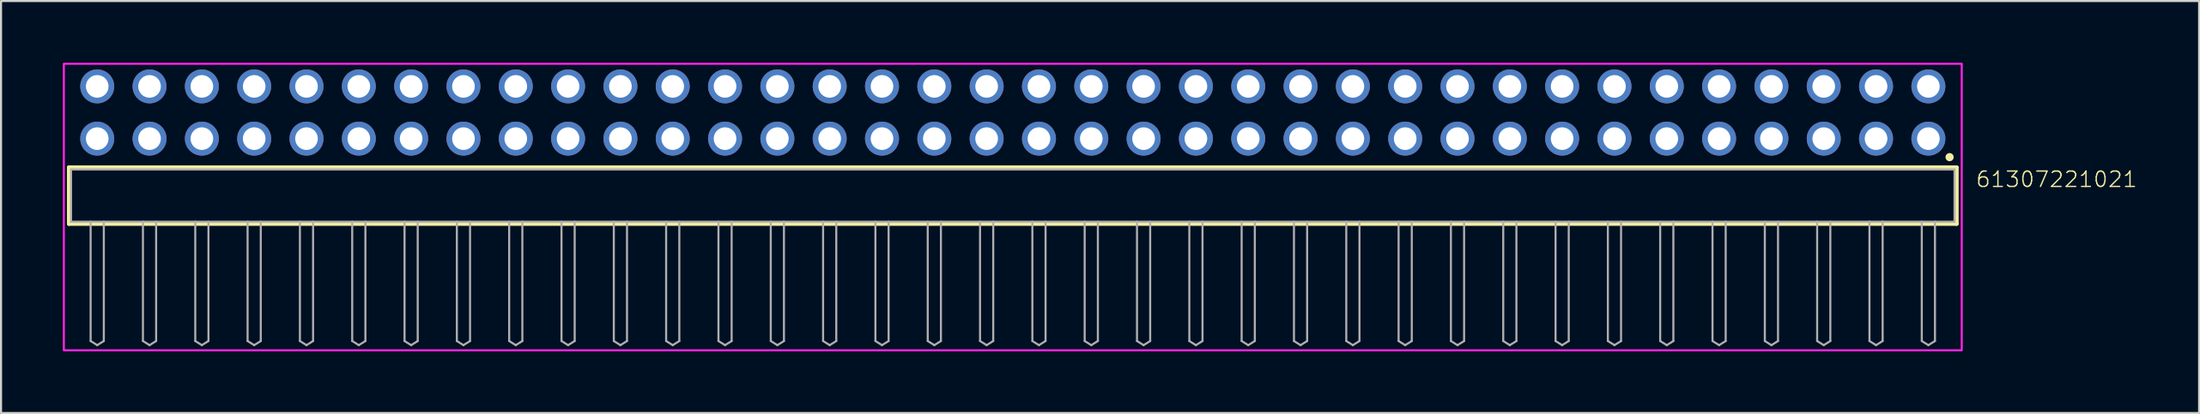
<source format=kicad_pcb>
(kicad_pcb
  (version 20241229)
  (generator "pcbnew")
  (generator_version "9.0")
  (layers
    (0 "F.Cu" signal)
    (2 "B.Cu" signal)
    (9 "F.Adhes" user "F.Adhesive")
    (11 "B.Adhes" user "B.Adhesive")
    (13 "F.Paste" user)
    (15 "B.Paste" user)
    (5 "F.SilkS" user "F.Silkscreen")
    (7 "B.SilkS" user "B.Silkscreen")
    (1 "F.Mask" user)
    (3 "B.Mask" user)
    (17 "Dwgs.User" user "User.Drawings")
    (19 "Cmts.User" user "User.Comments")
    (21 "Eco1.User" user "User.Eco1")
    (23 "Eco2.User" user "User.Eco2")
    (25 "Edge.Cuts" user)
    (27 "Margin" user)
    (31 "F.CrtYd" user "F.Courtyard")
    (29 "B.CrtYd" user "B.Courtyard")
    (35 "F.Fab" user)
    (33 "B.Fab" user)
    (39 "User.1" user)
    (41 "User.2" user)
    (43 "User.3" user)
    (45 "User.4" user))
  (footprint "61307221021"
    (layer "F.Cu")
    (at 46.12 6.46)
    (property "Reference" "61307221021" (at 46.715 -0.352 0) (unlocked yes) (layer "F.SilkS") (effects (font (size 0.748 0.748) (thickness 0.065)) (justify left bottom)))
    (fp_line (start -45.82 -1.37) (end 45.82 -1.37) (stroke (width 0.2) (type solid)) (layer "F.SilkS"))
    (fp_line (start -45.82 1.37) (end -45.82 -1.37) (stroke (width 0.2) (type solid)) (layer "F.SilkS"))
    (fp_line (start 45.82 -1.37) (end 45.82 1.37) (stroke (width 0.2) (type solid)) (layer "F.SilkS"))
    (fp_line (start 45.82 1.37) (end -45.82 1.37) (stroke (width 0.2) (type solid)) (layer "F.SilkS"))
    (fp_circle (center 45.48 -1.87) (end 45.58 -1.87) (stroke (width 0.2) (type solid)) (fill no) (layer "F.SilkS"))
    (fp_poly (pts (xy 46.07 7.52) (xy -46.07 7.52) (xy -46.07 -6.41) (xy 46.07 -6.41)) (stroke (width 0.1) (type default)) (fill no) (layer "F.CrtYd"))
    (fp_line (start -45.72 -1.27) (end 45.72 -1.27) (stroke (width 0.1) (type solid)) (layer "F.Fab"))
    (fp_line (start -45.72 1.27) (end -45.72 -1.27) (stroke (width 0.1) (type solid)) (layer "F.Fab"))
    (fp_line (start -44.77 1.27) (end -44.77 7.07) (stroke (width 0.1) (type solid)) (layer "F.Fab"))
    (fp_line (start -44.77 7.07) (end -44.45 7.27) (stroke (width 0.1) (type solid)) (layer "F.Fab"))
    (fp_line (start -44.45 7.27) (end -44.13 7.07) (stroke (width 0.1) (type solid)) (layer "F.Fab"))
    (fp_line (start -44.13 1.27) (end -44.13 7.07) (stroke (width 0.1) (type solid)) (layer "F.Fab"))
    (fp_line (start -42.23 1.27) (end -42.23 7.07) (stroke (width 0.1) (type solid)) (layer "F.Fab"))
    (fp_line (start -42.23 7.07) (end -41.91 7.27) (stroke (width 0.1) (type solid)) (layer "F.Fab"))
    (fp_line (start -41.91 7.27) (end -41.59 7.07) (stroke (width 0.1) (type solid)) (layer "F.Fab"))
    (fp_line (start -41.59 1.27) (end -41.59 7.07) (stroke (width 0.1) (type solid)) (layer "F.Fab"))
    (fp_line (start -39.69 1.27) (end -39.69 7.07) (stroke (width 0.1) (type solid)) (layer "F.Fab"))
    (fp_line (start -39.69 7.07) (end -39.37 7.27) (stroke (width 0.1) (type solid)) (layer "F.Fab"))
    (fp_line (start -39.37 7.27) (end -39.05 7.07) (stroke (width 0.1) (type solid)) (layer "F.Fab"))
    (fp_line (start -39.05 1.27) (end -39.05 7.07) (stroke (width 0.1) (type solid)) (layer "F.Fab"))
    (fp_line (start -37.15 1.27) (end -37.15 7.07) (stroke (width 0.1) (type solid)) (layer "F.Fab"))
    (fp_line (start -37.15 7.07) (end -36.83 7.27) (stroke (width 0.1) (type solid)) (layer "F.Fab"))
    (fp_line (start -36.83 7.27) (end -36.51 7.07) (stroke (width 0.1) (type solid)) (layer "F.Fab"))
    (fp_line (start -36.51 1.27) (end -36.51 7.07) (stroke (width 0.1) (type solid)) (layer "F.Fab"))
    (fp_line (start -34.61 1.27) (end -34.61 7.07) (stroke (width 0.1) (type solid)) (layer "F.Fab"))
    (fp_line (start -34.61 7.07) (end -34.29 7.27) (stroke (width 0.1) (type solid)) (layer "F.Fab"))
    (fp_line (start -34.29 7.27) (end -33.97 7.07) (stroke (width 0.1) (type solid)) (layer "F.Fab"))
    (fp_line (start -33.97 1.27) (end -33.97 7.07) (stroke (width 0.1) (type solid)) (layer "F.Fab"))
    (fp_line (start -32.07 1.27) (end -32.07 7.07) (stroke (width 0.1) (type solid)) (layer "F.Fab"))
    (fp_line (start -32.07 7.07) (end -31.75 7.27) (stroke (width 0.1) (type solid)) (layer "F.Fab"))
    (fp_line (start -31.75 7.27) (end -31.43 7.07) (stroke (width 0.1) (type solid)) (layer "F.Fab"))
    (fp_line (start -31.43 1.27) (end -31.43 7.07) (stroke (width 0.1) (type solid)) (layer "F.Fab"))
    (fp_line (start -29.53 1.27) (end -29.53 7.07) (stroke (width 0.1) (type solid)) (layer "F.Fab"))
    (fp_line (start -29.53 7.07) (end -29.21 7.27) (stroke (width 0.1) (type solid)) (layer "F.Fab"))
    (fp_line (start -29.21 7.27) (end -28.89 7.07) (stroke (width 0.1) (type solid)) (layer "F.Fab"))
    (fp_line (start -28.89 1.27) (end -28.89 7.07) (stroke (width 0.1) (type solid)) (layer "F.Fab"))
    (fp_line (start -26.99 1.27) (end -26.99 7.07) (stroke (width 0.1) (type solid)) (layer "F.Fab"))
    (fp_line (start -26.99 7.07) (end -26.67 7.27) (stroke (width 0.1) (type solid)) (layer "F.Fab"))
    (fp_line (start -26.67 7.27) (end -26.35 7.07) (stroke (width 0.1) (type solid)) (layer "F.Fab"))
    (fp_line (start -26.35 1.27) (end -26.35 7.07) (stroke (width 0.1) (type solid)) (layer "F.Fab"))
    (fp_line (start -24.45 1.27) (end -24.45 7.07) (stroke (width 0.1) (type solid)) (layer "F.Fab"))
    (fp_line (start -24.45 7.07) (end -24.13 7.27) (stroke (width 0.1) (type solid)) (layer "F.Fab"))
    (fp_line (start -24.13 7.27) (end -23.81 7.07) (stroke (width 0.1) (type solid)) (layer "F.Fab"))
    (fp_line (start -23.81 1.27) (end -23.81 7.07) (stroke (width 0.1) (type solid)) (layer "F.Fab"))
    (fp_line (start -21.91 1.27) (end -21.91 7.07) (stroke (width 0.1) (type solid)) (layer "F.Fab"))
    (fp_line (start -21.91 7.07) (end -21.59 7.27) (stroke (width 0.1) (type solid)) (layer "F.Fab"))
    (fp_line (start -21.59 7.27) (end -21.27 7.07) (stroke (width 0.1) (type solid)) (layer "F.Fab"))
    (fp_line (start -21.27 1.27) (end -21.27 7.07) (stroke (width 0.1) (type solid)) (layer "F.Fab"))
    (fp_line (start -19.37 1.27) (end -19.37 7.07) (stroke (width 0.1) (type solid)) (layer "F.Fab"))
    (fp_line (start -19.37 7.07) (end -19.05 7.27) (stroke (width 0.1) (type solid)) (layer "F.Fab"))
    (fp_line (start -19.05 7.27) (end -18.73 7.07) (stroke (width 0.1) (type solid)) (layer "F.Fab"))
    (fp_line (start -18.73 1.27) (end -18.73 7.07) (stroke (width 0.1) (type solid)) (layer "F.Fab"))
    (fp_line (start -16.83 1.27) (end -16.83 7.07) (stroke (width 0.1) (type solid)) (layer "F.Fab"))
    (fp_line (start -16.83 7.07) (end -16.51 7.27) (stroke (width 0.1) (type solid)) (layer "F.Fab"))
    (fp_line (start -16.51 7.27) (end -16.19 7.07) (stroke (width 0.1) (type solid)) (layer "F.Fab"))
    (fp_line (start -16.19 1.27) (end -16.19 7.07) (stroke (width 0.1) (type solid)) (layer "F.Fab"))
    (fp_line (start -14.29 1.27) (end -14.29 7.07) (stroke (width 0.1) (type solid)) (layer "F.Fab"))
    (fp_line (start -14.29 7.07) (end -13.97 7.27) (stroke (width 0.1) (type solid)) (layer "F.Fab"))
    (fp_line (start -13.97 7.27) (end -13.65 7.07) (stroke (width 0.1) (type solid)) (layer "F.Fab"))
    (fp_line (start -13.65 1.27) (end -13.65 7.07) (stroke (width 0.1) (type solid)) (layer "F.Fab"))
    (fp_line (start -11.75 1.27) (end -11.75 7.07) (stroke (width 0.1) (type solid)) (layer "F.Fab"))
    (fp_line (start -11.75 7.07) (end -11.43 7.27) (stroke (width 0.1) (type solid)) (layer "F.Fab"))
    (fp_line (start -11.43 7.27) (end -11.11 7.07) (stroke (width 0.1) (type solid)) (layer "F.Fab"))
    (fp_line (start -11.11 1.27) (end -11.11 7.07) (stroke (width 0.1) (type solid)) (layer "F.Fab"))
    (fp_line (start -9.21 1.27) (end -9.21 7.07) (stroke (width 0.1) (type solid)) (layer "F.Fab"))
    (fp_line (start -9.21 7.07) (end -8.89 7.27) (stroke (width 0.1) (type solid)) (layer "F.Fab"))
    (fp_line (start -8.89 7.27) (end -8.57 7.07) (stroke (width 0.1) (type solid)) (layer "F.Fab"))
    (fp_line (start -8.57 1.27) (end -8.57 7.07) (stroke (width 0.1) (type solid)) (layer "F.Fab"))
    (fp_line (start -6.67 1.27) (end -6.67 7.07) (stroke (width 0.1) (type solid)) (layer "F.Fab"))
    (fp_line (start -6.67 7.07) (end -6.35 7.27) (stroke (width 0.1) (type solid)) (layer "F.Fab"))
    (fp_line (start -6.35 7.27) (end -6.03 7.07) (stroke (width 0.1) (type solid)) (layer "F.Fab"))
    (fp_line (start -6.03 1.27) (end -6.03 7.07) (stroke (width 0.1) (type solid)) (layer "F.Fab"))
    (fp_line (start -4.13 1.27) (end -4.13 7.07) (stroke (width 0.1) (type solid)) (layer "F.Fab"))
    (fp_line (start -4.13 7.07) (end -3.81 7.27) (stroke (width 0.1) (type solid)) (layer "F.Fab"))
    (fp_line (start -3.81 7.27) (end -3.49 7.07) (stroke (width 0.1) (type solid)) (layer "F.Fab"))
    (fp_line (start -3.49 1.27) (end -3.49 7.07) (stroke (width 0.1) (type solid)) (layer "F.Fab"))
    (fp_line (start -1.59 1.27) (end -1.59 7.07) (stroke (width 0.1) (type solid)) (layer "F.Fab"))
    (fp_line (start -1.59 7.07) (end -1.27 7.27) (stroke (width 0.1) (type solid)) (layer "F.Fab"))
    (fp_line (start -1.27 7.27) (end -0.95 7.07) (stroke (width 0.1) (type solid)) (layer "F.Fab"))
    (fp_line (start -0.95 1.27) (end -0.95 7.07) (stroke (width 0.1) (type solid)) (layer "F.Fab"))
    (fp_line (start 0.95 1.27) (end 0.95 7.07) (stroke (width 0.1) (type solid)) (layer "F.Fab"))
    (fp_line (start 0.95 7.07) (end 1.27 7.27) (stroke (width 0.1) (type solid)) (layer "F.Fab"))
    (fp_line (start 1.27 7.27) (end 1.59 7.07) (stroke (width 0.1) (type solid)) (layer "F.Fab"))
    (fp_line (start 1.59 1.27) (end 1.59 7.07) (stroke (width 0.1) (type solid)) (layer "F.Fab"))
    (fp_line (start 3.49 1.27) (end 3.49 7.07) (stroke (width 0.1) (type solid)) (layer "F.Fab"))
    (fp_line (start 3.49 7.07) (end 3.81 7.27) (stroke (width 0.1) (type solid)) (layer "F.Fab"))
    (fp_line (start 3.81 7.27) (end 4.13 7.07) (stroke (width 0.1) (type solid)) (layer "F.Fab"))
    (fp_line (start 4.13 1.27) (end 4.13 7.07) (stroke (width 0.1) (type solid)) (layer "F.Fab"))
    (fp_line (start 6.03 1.27) (end 6.03 7.07) (stroke (width 0.1) (type solid)) (layer "F.Fab"))
    (fp_line (start 6.03 7.07) (end 6.35 7.27) (stroke (width 0.1) (type solid)) (layer "F.Fab"))
    (fp_line (start 6.35 7.27) (end 6.67 7.07) (stroke (width 0.1) (type solid)) (layer "F.Fab"))
    (fp_line (start 6.67 1.27) (end 6.67 7.07) (stroke (width 0.1) (type solid)) (layer "F.Fab"))
    (fp_line (start 8.57 1.27) (end 8.57 7.07) (stroke (width 0.1) (type solid)) (layer "F.Fab"))
    (fp_line (start 8.57 7.07) (end 8.89 7.27) (stroke (width 0.1) (type solid)) (layer "F.Fab"))
    (fp_line (start 8.89 7.27) (end 9.21 7.07) (stroke (width 0.1) (type solid)) (layer "F.Fab"))
    (fp_line (start 9.21 1.27) (end 9.21 7.07) (stroke (width 0.1) (type solid)) (layer "F.Fab"))
    (fp_line (start 11.11 1.27) (end 11.11 7.07) (stroke (width 0.1) (type solid)) (layer "F.Fab"))
    (fp_line (start 11.11 7.07) (end 11.43 7.27) (stroke (width 0.1) (type solid)) (layer "F.Fab"))
    (fp_line (start 11.43 7.27) (end 11.75 7.07) (stroke (width 0.1) (type solid)) (layer "F.Fab"))
    (fp_line (start 11.75 1.27) (end 11.75 7.07) (stroke (width 0.1) (type solid)) (layer "F.Fab"))
    (fp_line (start 13.65 1.27) (end 13.65 7.07) (stroke (width 0.1) (type solid)) (layer "F.Fab"))
    (fp_line (start 13.65 7.07) (end 13.97 7.27) (stroke (width 0.1) (type solid)) (layer "F.Fab"))
    (fp_line (start 13.97 7.27) (end 14.29 7.07) (stroke (width 0.1) (type solid)) (layer "F.Fab"))
    (fp_line (start 14.29 1.27) (end 14.29 7.07) (stroke (width 0.1) (type solid)) (layer "F.Fab"))
    (fp_line (start 16.19 1.27) (end 16.19 7.07) (stroke (width 0.1) (type solid)) (layer "F.Fab"))
    (fp_line (start 16.19 7.07) (end 16.51 7.27) (stroke (width 0.1) (type solid)) (layer "F.Fab"))
    (fp_line (start 16.51 7.27) (end 16.83 7.07) (stroke (width 0.1) (type solid)) (layer "F.Fab"))
    (fp_line (start 16.83 1.27) (end 16.83 7.07) (stroke (width 0.1) (type solid)) (layer "F.Fab"))
    (fp_line (start 18.73 1.27) (end 18.73 7.07) (stroke (width 0.1) (type solid)) (layer "F.Fab"))
    (fp_line (start 18.73 7.07) (end 19.05 7.27) (stroke (width 0.1) (type solid)) (layer "F.Fab"))
    (fp_line (start 19.05 7.27) (end 19.37 7.07) (stroke (width 0.1) (type solid)) (layer "F.Fab"))
    (fp_line (start 19.37 1.27) (end 19.37 7.07) (stroke (width 0.1) (type solid)) (layer "F.Fab"))
    (fp_line (start 21.27 1.27) (end 21.27 7.07) (stroke (width 0.1) (type solid)) (layer "F.Fab"))
    (fp_line (start 21.27 7.07) (end 21.59 7.27) (stroke (width 0.1) (type solid)) (layer "F.Fab"))
    (fp_line (start 21.59 7.27) (end 21.91 7.07) (stroke (width 0.1) (type solid)) (layer "F.Fab"))
    (fp_line (start 21.91 1.27) (end 21.91 7.07) (stroke (width 0.1) (type solid)) (layer "F.Fab"))
    (fp_line (start 23.81 1.27) (end 23.81 7.07) (stroke (width 0.1) (type solid)) (layer "F.Fab"))
    (fp_line (start 23.81 7.07) (end 24.13 7.27) (stroke (width 0.1) (type solid)) (layer "F.Fab"))
    (fp_line (start 24.13 7.27) (end 24.45 7.07) (stroke (width 0.1) (type solid)) (layer "F.Fab"))
    (fp_line (start 24.45 1.27) (end 24.45 7.07) (stroke (width 0.1) (type solid)) (layer "F.Fab"))
    (fp_line (start 26.35 1.27) (end 26.35 7.07) (stroke (width 0.1) (type solid)) (layer "F.Fab"))
    (fp_line (start 26.35 7.07) (end 26.67 7.27) (stroke (width 0.1) (type solid)) (layer "F.Fab"))
    (fp_line (start 26.67 7.27) (end 26.99 7.07) (stroke (width 0.1) (type solid)) (layer "F.Fab"))
    (fp_line (start 26.99 1.27) (end 26.99 7.07) (stroke (width 0.1) (type solid)) (layer "F.Fab"))
    (fp_line (start 28.89 1.27) (end 28.89 7.07) (stroke (width 0.1) (type solid)) (layer "F.Fab"))
    (fp_line (start 28.89 7.07) (end 29.21 7.27) (stroke (width 0.1) (type solid)) (layer "F.Fab"))
    (fp_line (start 29.21 7.27) (end 29.53 7.07) (stroke (width 0.1) (type solid)) (layer "F.Fab"))
    (fp_line (start 29.53 1.27) (end 29.53 7.07) (stroke (width 0.1) (type solid)) (layer "F.Fab"))
    (fp_line (start 31.43 1.27) (end 31.43 7.07) (stroke (width 0.1) (type solid)) (layer "F.Fab"))
    (fp_line (start 31.43 7.07) (end 31.75 7.27) (stroke (width 0.1) (type solid)) (layer "F.Fab"))
    (fp_line (start 31.75 7.27) (end 32.07 7.07) (stroke (width 0.1) (type solid)) (layer "F.Fab"))
    (fp_line (start 32.07 1.27) (end 32.07 7.07) (stroke (width 0.1) (type solid)) (layer "F.Fab"))
    (fp_line (start 33.97 1.27) (end 33.97 7.07) (stroke (width 0.1) (type solid)) (layer "F.Fab"))
    (fp_line (start 33.97 7.07) (end 34.29 7.27) (stroke (width 0.1) (type solid)) (layer "F.Fab"))
    (fp_line (start 34.29 7.27) (end 34.61 7.07) (stroke (width 0.1) (type solid)) (layer "F.Fab"))
    (fp_line (start 34.61 1.27) (end 34.61 7.07) (stroke (width 0.1) (type solid)) (layer "F.Fab"))
    (fp_line (start 36.51 1.27) (end 36.51 7.07) (stroke (width 0.1) (type solid)) (layer "F.Fab"))
    (fp_line (start 36.51 7.07) (end 36.83 7.27) (stroke (width 0.1) (type solid)) (layer "F.Fab"))
    (fp_line (start 36.83 7.27) (end 37.15 7.07) (stroke (width 0.1) (type solid)) (layer "F.Fab"))
    (fp_line (start 37.15 1.27) (end 37.15 7.07) (stroke (width 0.1) (type solid)) (layer "F.Fab"))
    (fp_line (start 39.05 1.27) (end 39.05 7.07) (stroke (width 0.1) (type solid)) (layer "F.Fab"))
    (fp_line (start 39.05 7.07) (end 39.37 7.27) (stroke (width 0.1) (type solid)) (layer "F.Fab"))
    (fp_line (start 39.37 7.27) (end 39.69 7.07) (stroke (width 0.1) (type solid)) (layer "F.Fab"))
    (fp_line (start 39.69 1.27) (end 39.69 7.07) (stroke (width 0.1) (type solid)) (layer "F.Fab"))
    (fp_line (start 41.59 1.27) (end -45.72 1.27) (stroke (width 0.1) (type solid)) (layer "F.Fab"))
    (fp_line (start 41.59 1.27) (end 41.59 7.07) (stroke (width 0.1) (type solid)) (layer "F.Fab"))
    (fp_line (start 41.59 7.07) (end 41.91 7.27) (stroke (width 0.1) (type solid)) (layer "F.Fab"))
    (fp_line (start 41.91 7.27) (end 42.23 7.07) (stroke (width 0.1) (type solid)) (layer "F.Fab"))
    (fp_line (start 42.23 1.27) (end 41.59 1.27) (stroke (width 0.1) (type solid)) (layer "F.Fab"))
    (fp_line (start 42.23 1.27) (end 42.23 7.07) (stroke (width 0.1) (type solid)) (layer "F.Fab"))
    (fp_line (start 44.13 1.27) (end 44.13 7.07) (stroke (width 0.1) (type solid)) (layer "F.Fab"))
    (fp_line (start 44.13 7.07) (end 44.45 7.27) (stroke (width 0.1) (type solid)) (layer "F.Fab"))
    (fp_line (start 44.45 7.27) (end 44.77 7.07) (stroke (width 0.1) (type solid)) (layer "F.Fab"))
    (fp_line (start 44.77 1.27) (end 44.77 7.07) (stroke (width 0.1) (type solid)) (layer "F.Fab"))
    (fp_line (start 45.72 -1.27) (end 45.72 1.27) (stroke (width 0.1) (type solid)) (layer "F.Fab"))
    (fp_line (start 45.72 1.27) (end 42.23 1.27) (stroke (width 0.1) (type solid)) (layer "F.Fab"))
    (pad "1" thru_hole circle (at 44.45 -2.77) (size 1.65 1.65) (drill 1.1) (layers "*.Cu" "*.Mask"))
    (pad "2" thru_hole circle (at 44.45 -5.31) (size 1.65 1.65) (drill 1.1) (layers "*.Cu" "*.Mask"))
    (pad "3" thru_hole circle (at 41.91 -2.77) (size 1.65 1.65) (drill 1.1) (layers "*.Cu" "*.Mask"))
    (pad "4" thru_hole circle (at 41.91 -5.31) (size 1.65 1.65) (drill 1.1) (layers "*.Cu" "*.Mask"))
    (pad "5" thru_hole circle (at 39.37 -2.77) (size 1.65 1.65) (drill 1.1) (layers "*.Cu" "*.Mask"))
    (pad "6" thru_hole circle (at 39.37 -5.31) (size 1.65 1.65) (drill 1.1) (layers "*.Cu" "*.Mask"))
    (pad "7" thru_hole circle (at 36.83 -2.77) (size 1.65 1.65) (drill 1.1) (layers "*.Cu" "*.Mask"))
    (pad "8" thru_hole circle (at 36.83 -5.31) (size 1.65 1.65) (drill 1.1) (layers "*.Cu" "*.Mask"))
    (pad "9" thru_hole circle (at 34.29 -2.77) (size 1.65 1.65) (drill 1.1) (layers "*.Cu" "*.Mask"))
    (pad "10" thru_hole circle (at 34.29 -5.31) (size 1.65 1.65) (drill 1.1) (layers "*.Cu" "*.Mask"))
    (pad "11" thru_hole circle (at 31.75 -2.77) (size 1.65 1.65) (drill 1.1) (layers "*.Cu" "*.Mask"))
    (pad "12" thru_hole circle (at 31.75 -5.31) (size 1.65 1.65) (drill 1.1) (layers "*.Cu" "*.Mask"))
    (pad "13" thru_hole circle (at 29.21 -2.77) (size 1.65 1.65) (drill 1.1) (layers "*.Cu" "*.Mask"))
    (pad "14" thru_hole circle (at 29.21 -5.31) (size 1.65 1.65) (drill 1.1) (layers "*.Cu" "*.Mask"))
    (pad "15" thru_hole circle (at 26.67 -2.77) (size 1.65 1.65) (drill 1.1) (layers "*.Cu" "*.Mask"))
    (pad "16" thru_hole circle (at 26.67 -5.31) (size 1.65 1.65) (drill 1.1) (layers "*.Cu" "*.Mask"))
    (pad "17" thru_hole circle (at 24.13 -2.77) (size 1.65 1.65) (drill 1.1) (layers "*.Cu" "*.Mask"))
    (pad "18" thru_hole circle (at 24.13 -5.31) (size 1.65 1.65) (drill 1.1) (layers "*.Cu" "*.Mask"))
    (pad "19" thru_hole circle (at 21.59 -2.77) (size 1.65 1.65) (drill 1.1) (layers "*.Cu" "*.Mask"))
    (pad "20" thru_hole circle (at 21.59 -5.31) (size 1.65 1.65) (drill 1.1) (layers "*.Cu" "*.Mask"))
    (pad "21" thru_hole circle (at 19.05 -2.77) (size 1.65 1.65) (drill 1.1) (layers "*.Cu" "*.Mask"))
    (pad "22" thru_hole circle (at 19.05 -5.31) (size 1.65 1.65) (drill 1.1) (layers "*.Cu" "*.Mask"))
    (pad "23" thru_hole circle (at 16.51 -2.77) (size 1.65 1.65) (drill 1.1) (layers "*.Cu" "*.Mask"))
    (pad "24" thru_hole circle (at 16.51 -5.31) (size 1.65 1.65) (drill 1.1) (layers "*.Cu" "*.Mask"))
    (pad "25" thru_hole circle (at 13.97 -2.77) (size 1.65 1.65) (drill 1.1) (layers "*.Cu" "*.Mask"))
    (pad "26" thru_hole circle (at 13.97 -5.31) (size 1.65 1.65) (drill 1.1) (layers "*.Cu" "*.Mask"))
    (pad "27" thru_hole circle (at 11.43 -2.77) (size 1.65 1.65) (drill 1.1) (layers "*.Cu" "*.Mask"))
    (pad "28" thru_hole circle (at 11.43 -5.31) (size 1.65 1.65) (drill 1.1) (layers "*.Cu" "*.Mask"))
    (pad "29" thru_hole circle (at 8.89 -2.77) (size 1.65 1.65) (drill 1.1) (layers "*.Cu" "*.Mask"))
    (pad "30" thru_hole circle (at 8.89 -5.31) (size 1.65 1.65) (drill 1.1) (layers "*.Cu" "*.Mask"))
    (pad "31" thru_hole circle (at 6.35 -2.77) (size 1.65 1.65) (drill 1.1) (layers "*.Cu" "*.Mask"))
    (pad "32" thru_hole circle (at 6.35 -5.31) (size 1.65 1.65) (drill 1.1) (layers "*.Cu" "*.Mask"))
    (pad "33" thru_hole circle (at 3.81 -2.77) (size 1.65 1.65) (drill 1.1) (layers "*.Cu" "*.Mask"))
    (pad "34" thru_hole circle (at 3.81 -5.31) (size 1.65 1.65) (drill 1.1) (layers "*.Cu" "*.Mask"))
    (pad "35" thru_hole circle (at 1.27 -2.77) (size 1.65 1.65) (drill 1.1) (layers "*.Cu" "*.Mask"))
    (pad "36" thru_hole circle (at 1.27 -5.31) (size 1.65 1.65) (drill 1.1) (layers "*.Cu" "*.Mask"))
    (pad "37" thru_hole circle (at -1.27 -2.77) (size 1.65 1.65) (drill 1.1) (layers "*.Cu" "*.Mask"))
    (pad "38" thru_hole circle (at -1.27 -5.31) (size 1.65 1.65) (drill 1.1) (layers "*.Cu" "*.Mask"))
    (pad "39" thru_hole circle (at -3.81 -2.77) (size 1.65 1.65) (drill 1.1) (layers "*.Cu" "*.Mask"))
    (pad "40" thru_hole circle (at -3.81 -5.31) (size 1.65 1.65) (drill 1.1) (layers "*.Cu" "*.Mask"))
    (pad "41" thru_hole circle (at -6.35 -2.77) (size 1.65 1.65) (drill 1.1) (layers "*.Cu" "*.Mask"))
    (pad "42" thru_hole circle (at -6.35 -5.31) (size 1.65 1.65) (drill 1.1) (layers "*.Cu" "*.Mask"))
    (pad "43" thru_hole circle (at -8.89 -2.77) (size 1.65 1.65) (drill 1.1) (layers "*.Cu" "*.Mask"))
    (pad "44" thru_hole circle (at -8.89 -5.31) (size 1.65 1.65) (drill 1.1) (layers "*.Cu" "*.Mask"))
    (pad "45" thru_hole circle (at -11.43 -2.77) (size 1.65 1.65) (drill 1.1) (layers "*.Cu" "*.Mask"))
    (pad "46" thru_hole circle (at -11.43 -5.31) (size 1.65 1.65) (drill 1.1) (layers "*.Cu" "*.Mask"))
    (pad "47" thru_hole circle (at -13.97 -2.77) (size 1.65 1.65) (drill 1.1) (layers "*.Cu" "*.Mask"))
    (pad "48" thru_hole circle (at -13.97 -5.31) (size 1.65 1.65) (drill 1.1) (layers "*.Cu" "*.Mask"))
    (pad "49" thru_hole circle (at -16.51 -2.77) (size 1.65 1.65) (drill 1.1) (layers "*.Cu" "*.Mask"))
    (pad "50" thru_hole circle (at -16.51 -5.31) (size 1.65 1.65) (drill 1.1) (layers "*.Cu" "*.Mask"))
    (pad "51" thru_hole circle (at -19.05 -2.77) (size 1.65 1.65) (drill 1.1) (layers "*.Cu" "*.Mask"))
    (pad "52" thru_hole circle (at -19.05 -5.31) (size 1.65 1.65) (drill 1.1) (layers "*.Cu" "*.Mask"))
    (pad "53" thru_hole circle (at -21.59 -2.77) (size 1.65 1.65) (drill 1.1) (layers "*.Cu" "*.Mask"))
    (pad "54" thru_hole circle (at -21.59 -5.31) (size 1.65 1.65) (drill 1.1) (layers "*.Cu" "*.Mask"))
    (pad "55" thru_hole circle (at -24.13 -2.77) (size 1.65 1.65) (drill 1.1) (layers "*.Cu" "*.Mask"))
    (pad "56" thru_hole circle (at -24.13 -5.31) (size 1.65 1.65) (drill 1.1) (layers "*.Cu" "*.Mask"))
    (pad "57" thru_hole circle (at -26.67 -2.77) (size 1.65 1.65) (drill 1.1) (layers "*.Cu" "*.Mask"))
    (pad "58" thru_hole circle (at -26.67 -5.31) (size 1.65 1.65) (drill 1.1) (layers "*.Cu" "*.Mask"))
    (pad "59" thru_hole circle (at -29.21 -2.77) (size 1.65 1.65) (drill 1.1) (layers "*.Cu" "*.Mask"))
    (pad "60" thru_hole circle (at -29.21 -5.31) (size 1.65 1.65) (drill 1.1) (layers "*.Cu" "*.Mask"))
    (pad "61" thru_hole circle (at -31.75 -2.77) (size 1.65 1.65) (drill 1.1) (layers "*.Cu" "*.Mask"))
    (pad "62" thru_hole circle (at -31.75 -5.31) (size 1.65 1.65) (drill 1.1) (layers "*.Cu" "*.Mask"))
    (pad "63" thru_hole circle (at -34.29 -2.77) (size 1.65 1.65) (drill 1.1) (layers "*.Cu" "*.Mask"))
    (pad "64" thru_hole circle (at -34.29 -5.31) (size 1.65 1.65) (drill 1.1) (layers "*.Cu" "*.Mask"))
    (pad "65" thru_hole circle (at -36.83 -2.77) (size 1.65 1.65) (drill 1.1) (layers "*.Cu" "*.Mask"))
    (pad "66" thru_hole circle (at -36.83 -5.31) (size 1.65 1.65) (drill 1.1) (layers "*.Cu" "*.Mask"))
    (pad "67" thru_hole circle (at -39.37 -2.77) (size 1.65 1.65) (drill 1.1) (layers "*.Cu" "*.Mask"))
    (pad "68" thru_hole circle (at -39.37 -5.31) (size 1.65 1.65) (drill 1.1) (layers "*.Cu" "*.Mask"))
    (pad "69" thru_hole circle (at -41.91 -2.77) (size 1.65 1.65) (drill 1.1) (layers "*.Cu" "*.Mask"))
    (pad "70" thru_hole circle (at -41.91 -5.31) (size 1.65 1.65) (drill 1.1) (layers "*.Cu" "*.Mask"))
    (pad "71" thru_hole circle (at -44.45 -2.77) (size 1.65 1.65) (drill 1.1) (layers "*.Cu" "*.Mask"))
    (pad "72" thru_hole circle (at -44.45 -5.31) (size 1.65 1.65) (drill 1.1) (layers "*.Cu" "*.Mask")))
  (gr_rect
    (start -3 -3)
    (end 103.714 17.03)
    (stroke (width 0.1) (type default))
    (fill no)
    (layer "Edge.Cuts")))
</source>
